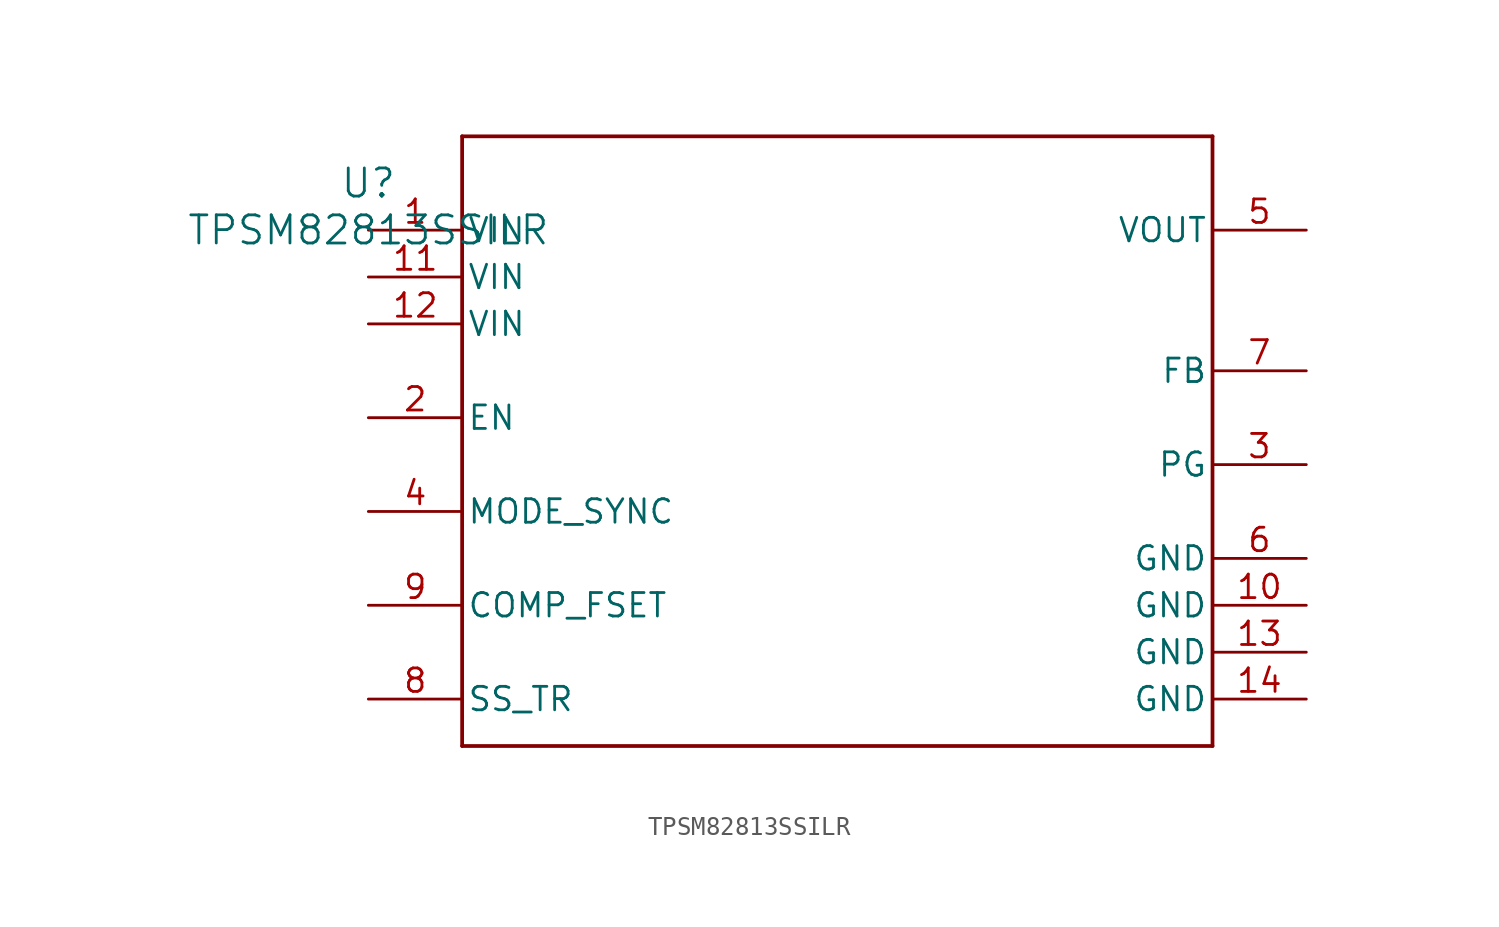
<source format=kicad_sym>
(kicad_symbol_lib
  (version 20211014)
  (generator kicad_symbol_editor)
  (symbol "TPSM82813SSILR"
    (pin_names
      (offset 0.254))
    (property "Reference" "U"
      (at 0 2.54 0)
      (effects (font (size 1.524 1.524))))
    (property "Value" "TPSM82813SSILR"
      (at 0 0 0)
      (effects (font (size 1.524 1.524))))
    (symbol "TPSM82813SSILR_0_1"
      (polyline (pts (xy 5.08 -27.94) (xy 45.72 -27.94)) (stroke (width 0.203) (type default) (color 0 0 0 0)) (fill (type none)))
      (polyline (pts (xy 45.72 -27.94) (xy 45.72 5.08)) (stroke (width 0.203) (type default) (color 0 0 0 0)) (fill (type none)))
      (polyline (pts (xy 45.72 5.08) (xy 5.08 5.08)) (stroke (width 0.203) (type default) (color 0 0 0 0)) (fill (type none)))
      (polyline (pts (xy 5.08 5.08) (xy 5.08 -27.94)) (stroke (width 0.203) (type default) (color 0 0 0 0)) (fill (type none)))
      (pin power_in line (at 0 0 0) (length 5.08) (name "VIN" (effects (font (size 1.27 1.27)))) (number "1" (effects (font (size 1.27 1.27)))))
      (pin input line (at 0 -10.16 0) (length 5.08) (name "EN" (effects (font (size 1.27 1.27)))) (number "2" (effects (font (size 1.27 1.27)))))
      (pin open_collector line (at 50.8 -12.7 180) (length 5.08) (name "PG" (effects (font (size 1.27 1.27)))) (number "3" (effects (font (size 1.27 1.27)))))
      (pin input line (at 0 -15.24 0) (length 5.08) (name "MODE_SYNC" (effects (font (size 1.27 1.27)))) (number "4" (effects (font (size 1.27 1.27)))))
      (pin unspecified line (at 50.8 0 180) (length 5.08) (name "VOUT" (effects (font (size 1.27 1.27)))) (number "5" (effects (font (size 1.27 1.27)))))
      (pin power_in line (at 50.8 -17.78 180) (length 5.08) (name "GND" (effects (font (size 1.27 1.27)))) (number "6" (effects (font (size 1.27 1.27)))))
      (pin unspecified line (at 50.8 -7.62 180) (length 5.08) (name "FB" (effects (font (size 1.27 1.27)))) (number "7" (effects (font (size 1.27 1.27)))))
      (pin unspecified line (at 0 -25.4 0) (length 5.08) (name "SS_TR" (effects (font (size 1.27 1.27)))) (number "8" (effects (font (size 1.27 1.27)))))
      (pin unspecified line (at 0 -20.32 0) (length 5.08) (name "COMP_FSET" (effects (font (size 1.27 1.27)))) (number "9" (effects (font (size 1.27 1.27)))))
      (pin power_in line (at 50.8 -20.32 180) (length 5.08) (name "GND" (effects (font (size 1.27 1.27)))) (number "10" (effects (font (size 1.27 1.27)))))
      (pin power_in line (at 0 -2.54 0) (length 5.08) (name "VIN" (effects (font (size 1.27 1.27)))) (number "11" (effects (font (size 1.27 1.27)))))
      (pin power_in line (at 0 -5.08 0) (length 5.08) (name "VIN" (effects (font (size 1.27 1.27)))) (number "12" (effects (font (size 1.27 1.27)))))
      (pin power_in line (at 50.8 -22.86 180) (length 5.08) (name "GND" (effects (font (size 1.27 1.27)))) (number "13" (effects (font (size 1.27 1.27)))))
      (pin power_in line (at 50.8 -25.4 180) (length 5.08) (name "GND" (effects (font (size 1.27 1.27)))) (number "14" (effects (font (size 1.27 1.27))))))))
</source>
